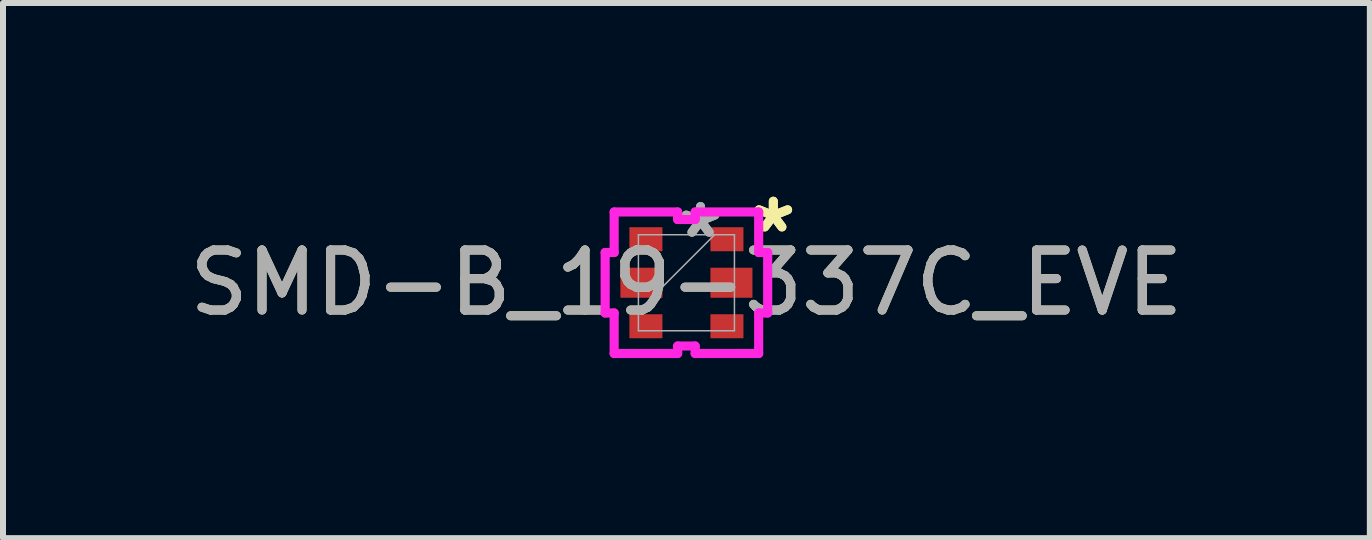
<source format=kicad_pcb>
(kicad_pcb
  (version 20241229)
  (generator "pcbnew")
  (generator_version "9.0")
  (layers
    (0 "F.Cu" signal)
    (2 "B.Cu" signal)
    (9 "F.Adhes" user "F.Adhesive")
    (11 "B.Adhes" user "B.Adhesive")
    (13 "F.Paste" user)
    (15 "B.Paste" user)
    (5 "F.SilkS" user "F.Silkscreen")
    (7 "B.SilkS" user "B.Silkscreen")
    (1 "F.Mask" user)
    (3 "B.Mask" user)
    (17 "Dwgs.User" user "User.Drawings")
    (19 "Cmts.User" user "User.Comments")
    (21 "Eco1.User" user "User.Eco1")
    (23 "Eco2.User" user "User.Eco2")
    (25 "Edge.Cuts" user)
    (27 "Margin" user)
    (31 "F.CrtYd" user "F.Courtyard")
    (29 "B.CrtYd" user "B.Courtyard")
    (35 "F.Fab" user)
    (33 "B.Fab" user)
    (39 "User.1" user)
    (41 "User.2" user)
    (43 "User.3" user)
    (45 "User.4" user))
  (footprint "SMD-B_19-337C_EVE"
    (layer "F.Cu")
    (at 8.387 1.661)
    (property "Reference" "SMD-B_19-337C_EVE" (at 0 0 0) (unlocked yes) (layer "F.SilkS") (effects (font (size 1 1) (thickness 0.15))))
    (attr smd)
    (fp_line (start -1.354 -0.504) (end -1.354 0.504) (stroke (width 0.152) (type solid)) (layer "F.CrtYd"))
    (fp_line (start -1.354 0.504) (end -1.204 0.504) (stroke (width 0.152) (type solid)) (layer "F.CrtYd"))
    (fp_line (start -1.204 -1.179) (end -1.204 -0.504) (stroke (width 0.152) (type solid)) (layer "F.CrtYd"))
    (fp_line (start -1.204 -0.504) (end -1.354 -0.504) (stroke (width 0.152) (type solid)) (layer "F.CrtYd"))
    (fp_line (start -1.204 0.504) (end -1.204 1.179) (stroke (width 0.152) (type solid)) (layer "F.CrtYd"))
    (fp_line (start -1.204 1.179) (end -0.146 1.179) (stroke (width 0.152) (type solid)) (layer "F.CrtYd"))
    (fp_line (start -0.146 -1.179) (end -1.204 -1.179) (stroke (width 0.152) (type solid)) (layer "F.CrtYd"))
    (fp_line (start -0.146 -1.054) (end -0.146 -1.179) (stroke (width 0.152) (type solid)) (layer "F.CrtYd"))
    (fp_line (start -0.146 1.054) (end 0.146 1.054) (stroke (width 0.152) (type solid)) (layer "F.CrtYd"))
    (fp_line (start -0.146 1.179) (end -0.146 1.054) (stroke (width 0.152) (type solid)) (layer "F.CrtYd"))
    (fp_line (start 0.146 -1.179) (end 0.146 -1.054) (stroke (width 0.152) (type solid)) (layer "F.CrtYd"))
    (fp_line (start 0.146 -1.054) (end -0.146 -1.054) (stroke (width 0.152) (type solid)) (layer "F.CrtYd"))
    (fp_line (start 0.146 1.054) (end 0.146 1.179) (stroke (width 0.152) (type solid)) (layer "F.CrtYd"))
    (fp_line (start 0.146 1.179) (end 1.204 1.179) (stroke (width 0.152) (type solid)) (layer "F.CrtYd"))
    (fp_line (start 1.204 -1.179) (end 0.146 -1.179) (stroke (width 0.152) (type solid)) (layer "F.CrtYd"))
    (fp_line (start 1.204 -0.504) (end 1.204 -1.179) (stroke (width 0.152) (type solid)) (layer "F.CrtYd"))
    (fp_line (start 1.204 0.504) (end 1.354 0.504) (stroke (width 0.152) (type solid)) (layer "F.CrtYd"))
    (fp_line (start 1.204 1.179) (end 1.204 0.504) (stroke (width 0.152) (type solid)) (layer "F.CrtYd"))
    (fp_line (start 1.354 -0.504) (end 1.204 -0.504) (stroke (width 0.152) (type solid)) (layer "F.CrtYd"))
    (fp_line (start 1.354 0.504) (end 1.354 -0.504) (stroke (width 0.152) (type solid)) (layer "F.CrtYd"))
    (fp_line (start -0.8 -0.8) (end -0.8 0.8) (stroke (width 0.025) (type solid)) (layer "F.Fab"))
    (fp_line (start -0.8 0.47) (end 0.47 -0.8) (stroke (width 0.025) (type solid)) (layer "F.Fab"))
    (fp_line (start -0.8 0.8) (end 0.8 0.8) (stroke (width 0.025) (type solid)) (layer "F.Fab"))
    (fp_line (start 0.8 -0.8) (end -0.8 -0.8) (stroke (width 0.025) (type solid)) (layer "F.Fab"))
    (fp_line (start 0.8 0.8) (end 0.8 -0.8) (stroke (width 0.025) (type solid)) (layer "F.Fab"))
    (fp_text user "*" (at 1.448 -0.813 0) (layer "F.SilkS") (effects (font (size 1 1) (thickness 0.15))))
    (fp_text user "*" (at 1.448 -0.813 0) (unlocked yes) (layer "F.SilkS") (effects (font (size 1 1) (thickness 0.15))))
    (fp_text user "*" (at 0.235 -0.725 0) (unlocked yes) (layer "F.Fab") (effects (font (size 1 1) (thickness 0.15))))
    (fp_text user "*" (at 0.235 -0.725 0) (layer "F.Fab") (effects (font (size 1 1) (thickness 0.15))))
    (fp_text user "${REFERENCE}" (at 0 0 0) (unlocked yes) (layer "F.Fab") (effects (font (size 1 1) (thickness 0.15))))
    (pad "1" smd rect (at 0.675 -0.725) (size 0.55 0.4) (layers "F.Cu" "F.Mask" "F.Paste"))
    (pad "2" smd rect (at -0.675 -0.725) (size 0.55 0.4) (layers "F.Cu" "F.Mask" "F.Paste"))
    (pad "3" smd rect (at 0.75 0) (size 0.7 0.5) (layers "F.Cu" "F.Mask" "F.Paste"))
    (pad "4" smd rect (at -0.75 0) (size 0.7 0.5) (layers "F.Cu" "F.Mask" "F.Paste"))
    (pad "5" smd rect (at 0.675 0.725) (size 0.55 0.4) (layers "F.Cu" "F.Mask" "F.Paste"))
    (pad "6" smd rect (at -0.675 0.725) (size 0.55 0.4) (layers "F.Cu" "F.Mask" "F.Paste")))
  (gr_rect
    (start -3 -3)
    (end 19.774 5.916)
    (stroke (width 0.1) (type default))
    (fill no)
    (layer "Edge.Cuts")))
</source>
